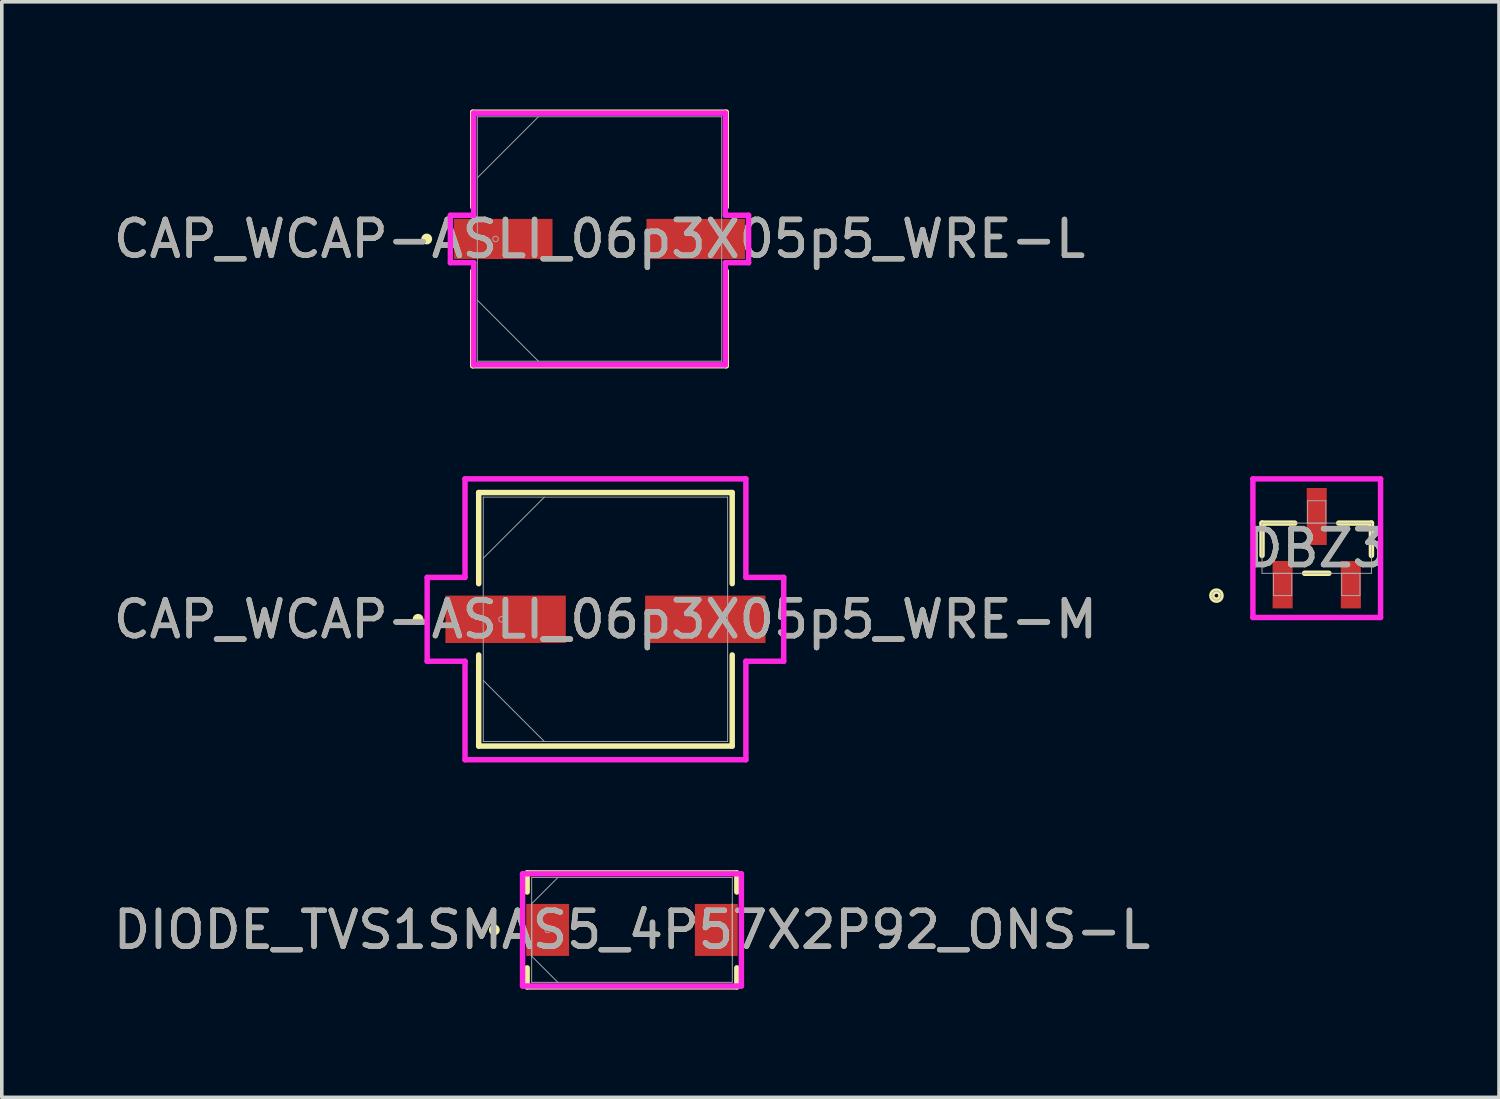
<source format=kicad_pcb>
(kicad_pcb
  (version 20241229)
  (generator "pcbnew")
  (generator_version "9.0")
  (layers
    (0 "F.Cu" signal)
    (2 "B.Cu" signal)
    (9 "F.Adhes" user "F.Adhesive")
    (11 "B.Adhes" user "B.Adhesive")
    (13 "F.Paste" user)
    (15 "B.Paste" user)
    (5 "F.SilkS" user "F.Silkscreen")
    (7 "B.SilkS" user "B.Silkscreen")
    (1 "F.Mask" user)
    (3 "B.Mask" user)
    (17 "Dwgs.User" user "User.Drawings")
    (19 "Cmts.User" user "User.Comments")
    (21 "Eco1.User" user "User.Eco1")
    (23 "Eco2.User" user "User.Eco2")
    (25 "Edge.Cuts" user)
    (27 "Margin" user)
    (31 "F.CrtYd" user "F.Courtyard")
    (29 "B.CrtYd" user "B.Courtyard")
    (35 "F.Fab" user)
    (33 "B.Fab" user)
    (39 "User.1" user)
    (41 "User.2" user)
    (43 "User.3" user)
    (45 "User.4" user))
  (footprint "CAP_WCAP-ASLI_06p3X05p5_WRE-L"
    (layer "F.Cu")
    (at 13.649 3.607)
    (property "Reference" "CAP_WCAP-ASLI_06p3X05p5_WRE-L" (at 0 0 0) (unlocked yes) (layer "F.SilkS") (effects (font (size 1 1) (thickness 0.15))))
    (attr smd)
    (fp_line (start -3.531 -3.531) (end -3.531 -0.892) (stroke (width 0.152) (type solid)) (layer "F.SilkS"))
    (fp_line (start -3.531 0.892) (end -3.531 3.531) (stroke (width 0.152) (type solid)) (layer "F.SilkS"))
    (fp_line (start -3.531 3.531) (end 3.531 3.531) (stroke (width 0.152) (type solid)) (layer "F.SilkS"))
    (fp_line (start 3.531 -3.531) (end -3.531 -3.531) (stroke (width 0.152) (type solid)) (layer "F.SilkS"))
    (fp_line (start 3.531 -0.892) (end 3.531 -3.531) (stroke (width 0.152) (type solid)) (layer "F.SilkS"))
    (fp_line (start 3.531 3.531) (end 3.531 0.892) (stroke (width 0.152) (type solid)) (layer "F.SilkS"))
    (fp_circle (center -4.813 0) (end -4.737 0) (stroke (width 0.152) (type solid)) (fill no) (layer "F.SilkS"))
    (fp_line (start -4.153 -0.66) (end -3.505 -0.66) (stroke (width 0.152) (type solid)) (layer "F.CrtYd"))
    (fp_line (start -4.153 0.66) (end -4.153 -0.66) (stroke (width 0.152) (type solid)) (layer "F.CrtYd"))
    (fp_line (start -3.505 -3.505) (end 3.505 -3.505) (stroke (width 0.152) (type solid)) (layer "F.CrtYd"))
    (fp_line (start -3.505 -0.66) (end -3.505 -3.505) (stroke (width 0.152) (type solid)) (layer "F.CrtYd"))
    (fp_line (start -3.505 0.66) (end -4.153 0.66) (stroke (width 0.152) (type solid)) (layer "F.CrtYd"))
    (fp_line (start -3.505 3.505) (end -3.505 0.66) (stroke (width 0.152) (type solid)) (layer "F.CrtYd"))
    (fp_line (start 3.505 -3.505) (end 3.505 -0.66) (stroke (width 0.152) (type solid)) (layer "F.CrtYd"))
    (fp_line (start 3.505 -0.66) (end 4.153 -0.66) (stroke (width 0.152) (type solid)) (layer "F.CrtYd"))
    (fp_line (start 3.505 0.66) (end 3.505 3.505) (stroke (width 0.152) (type solid)) (layer "F.CrtYd"))
    (fp_line (start 3.505 3.505) (end -3.505 3.505) (stroke (width 0.152) (type solid)) (layer "F.CrtYd"))
    (fp_line (start 4.153 -0.66) (end 4.153 0.66) (stroke (width 0.152) (type solid)) (layer "F.CrtYd"))
    (fp_line (start 4.153 0.66) (end 3.505 0.66) (stroke (width 0.152) (type solid)) (layer "F.CrtYd"))
    (fp_line (start -3.404 -3.404) (end -3.404 3.404) (stroke (width 0.025) (type solid)) (layer "F.Fab"))
    (fp_line (start -3.404 -1.702) (end -1.702 -3.404) (stroke (width 0.025) (type solid)) (layer "F.Fab"))
    (fp_line (start -3.404 1.702) (end -1.702 3.404) (stroke (width 0.025) (type solid)) (layer "F.Fab"))
    (fp_line (start -3.404 3.404) (end 3.404 3.404) (stroke (width 0.025) (type solid)) (layer "F.Fab"))
    (fp_line (start 3.404 -3.404) (end -3.404 -3.404) (stroke (width 0.025) (type solid)) (layer "F.Fab"))
    (fp_line (start 3.404 3.404) (end 3.404 -3.404) (stroke (width 0.025) (type solid)) (layer "F.Fab"))
    (fp_circle (center -2.896 0) (end -2.819 0) (stroke (width 0.025) (type solid)) (fill no) (layer "F.Fab"))
    (fp_text user "${REFERENCE}" (at 0 0 0) (unlocked yes) (layer "F.Fab") (effects (font (size 1 1) (thickness 0.15))))
    (pad "1" smd rect (at -2.68 0) (size 2.743 1.118) (layers "F.Cu" "F.Mask" "F.Paste"))
    (pad "2" smd rect (at 2.68 0) (size 2.743 1.118) (layers "F.Cu" "F.Mask" "F.Paste"))
    (zone (net_name "") (layer "F.Cu") (hatch full 0.508) (connect_pads) (min_thickness 0.254) (filled_areas_thickness no) (keepout (tracks not_allowed) (vias not_allowed) (pads allowed) (copperpour not_allowed) (footprints allowed)) (placement (enabled no)) (fill) (polygon (pts (xy 10.296 0.254) (xy 17.002 0.254) (xy 17.002 2.997) (xy 10.296 2.997))))
    (zone (net_name "") (layer "F.Cu") (hatch full 0.508) (connect_pads) (min_thickness 0.254) (filled_areas_thickness no) (keepout (tracks not_allowed) (vias not_allowed) (pads allowed) (copperpour not_allowed) (footprints allowed)) (placement (enabled no)) (fill) (polygon (pts (xy 10.296 4.216) (xy 17.002 4.216) (xy 17.002 6.96) (xy 10.296 6.96))))
    (zone (net_name "") (layer "F.Cu") (hatch full 0.508) (connect_pads) (min_thickness 0.254) (filled_areas_thickness no) (keepout (tracks not_allowed) (vias not_allowed) (pads allowed) (copperpour not_allowed) (footprints allowed)) (placement (enabled no)) (fill) (polygon (pts (xy 12.392 2.997) (xy 14.906 2.997) (xy 14.906 4.216) (xy 12.392 4.216)))))
  (footprint "DIODE_TVS1SMAS5_4P57X2P92_ONS-L"
    (layer "F.Cu")
    (at 14.554 22.853)
    (property "Reference" "DIODE_TVS1SMAS5_4P57X2P92_ONS-L" (at 0 0 0) (unlocked yes) (layer "F.SilkS") (effects (font (size 1 1) (thickness 0.15))))
    (attr smd)
    (fp_line (start -2.921 -1.587) (end -2.921 -1.057) (stroke (width 0.152) (type solid)) (layer "F.SilkS"))
    (fp_line (start -2.921 1.057) (end -2.921 1.587) (stroke (width 0.152) (type solid)) (layer "F.SilkS"))
    (fp_line (start -2.921 1.587) (end 2.921 1.587) (stroke (width 0.152) (type solid)) (layer "F.SilkS"))
    (fp_line (start 2.921 -1.587) (end -2.921 -1.587) (stroke (width 0.152) (type solid)) (layer "F.SilkS"))
    (fp_line (start 2.921 -1.057) (end 2.921 -1.587) (stroke (width 0.152) (type solid)) (layer "F.SilkS"))
    (fp_line (start 2.921 1.587) (end 2.921 1.057) (stroke (width 0.152) (type solid)) (layer "F.SilkS"))
    (fp_circle (center -3.835 0) (end -3.759 0) (stroke (width 0.152) (type solid)) (fill no) (layer "F.SilkS"))
    (fp_line (start -3.048 -1.562) (end 3.048 -1.562) (stroke (width 0.152) (type solid)) (layer "F.CrtYd"))
    (fp_line (start -3.048 1.562) (end -3.048 -1.562) (stroke (width 0.152) (type solid)) (layer "F.CrtYd"))
    (fp_line (start 3.048 -1.562) (end 3.048 1.562) (stroke (width 0.152) (type solid)) (layer "F.CrtYd"))
    (fp_line (start 3.048 1.562) (end -3.048 1.562) (stroke (width 0.152) (type solid)) (layer "F.CrtYd"))
    (fp_line (start -2.794 -1.46) (end -2.794 1.46) (stroke (width 0.025) (type solid)) (layer "F.Fab"))
    (fp_line (start -2.794 -0.73) (end -2.064 -1.46) (stroke (width 0.025) (type solid)) (layer "F.Fab"))
    (fp_line (start -2.794 -0.724) (end -2.794 -0.724) (stroke (width 0.025) (type solid)) (layer "F.Fab"))
    (fp_line (start -2.794 -0.724) (end -2.794 0.724) (stroke (width 0.025) (type solid)) (layer "F.Fab"))
    (fp_line (start -2.794 0.724) (end -2.794 -0.724) (stroke (width 0.025) (type solid)) (layer "F.Fab"))
    (fp_line (start -2.794 0.724) (end -2.794 0.724) (stroke (width 0.025) (type solid)) (layer "F.Fab"))
    (fp_line (start -2.794 0.73) (end -2.064 1.46) (stroke (width 0.025) (type solid)) (layer "F.Fab"))
    (fp_line (start -2.794 1.46) (end 2.794 1.46) (stroke (width 0.025) (type solid)) (layer "F.Fab"))
    (fp_line (start 2.794 -1.46) (end -2.794 -1.46) (stroke (width 0.025) (type solid)) (layer "F.Fab"))
    (fp_line (start 2.794 -0.724) (end 2.794 -0.724) (stroke (width 0.025) (type solid)) (layer "F.Fab"))
    (fp_line (start 2.794 -0.724) (end 2.794 0.724) (stroke (width 0.025) (type solid)) (layer "F.Fab"))
    (fp_line (start 2.794 0.724) (end 2.794 -0.724) (stroke (width 0.025) (type solid)) (layer "F.Fab"))
    (fp_line (start 2.794 0.724) (end 2.794 0.724) (stroke (width 0.025) (type solid)) (layer "F.Fab"))
    (fp_line (start 2.794 1.46) (end 2.794 -1.46) (stroke (width 0.025) (type solid)) (layer "F.Fab"))
    (fp_circle (center -2.349 0) (end -2.273 0) (stroke (width 0.025) (type solid)) (fill no) (layer "F.Fab"))
    (fp_text user "${REFERENCE}" (at 0 0 0) (unlocked yes) (layer "F.Fab") (effects (font (size 1 1) (thickness 0.15))))
    (pad "1" smd rect (at -2.349 0) (size 1.194 1.448) (layers "F.Cu" "F.Mask" "F.Paste"))
    (pad "2" smd rect (at 2.349 0) (size 1.194 1.448) (layers "F.Cu" "F.Mask" "F.Paste"))
    (zone (net_name "") (layer "F.Cu") (hatch full 0.508) (connect_pads) (min_thickness 0.254) (filled_areas_thickness no) (keepout (tracks not_allowed) (vias not_allowed) (pads allowed) (copperpour not_allowed) (footprints allowed)) (placement (enabled no)) (fill) (polygon (pts (xy 12.852 21.443) (xy 16.255 21.443) (xy 16.255 24.263) (xy 12.852 24.263)))))
  (footprint "CAP_WCAP-ASLI_06p3X05p5_WRE-M"
    (layer "F.Cu")
    (at 13.815 14.201)
    (property "Reference" "CAP_WCAP-ASLI_06p3X05p5_WRE-M" (at 0 0 0) (unlocked yes) (layer "F.SilkS") (effects (font (size 1 1) (thickness 0.15))))
    (attr smd)
    (fp_line (start -3.531 -3.531) (end -3.531 -0.993) (stroke (width 0.152) (type solid)) (layer "F.SilkS"))
    (fp_line (start -3.531 0.993) (end -3.531 3.531) (stroke (width 0.152) (type solid)) (layer "F.SilkS"))
    (fp_line (start -3.531 3.531) (end 3.531 3.531) (stroke (width 0.152) (type solid)) (layer "F.SilkS"))
    (fp_line (start 3.531 -3.531) (end -3.531 -3.531) (stroke (width 0.152) (type solid)) (layer "F.SilkS"))
    (fp_line (start 3.531 -0.993) (end 3.531 -3.531) (stroke (width 0.152) (type solid)) (layer "F.SilkS"))
    (fp_line (start 3.531 3.531) (end 3.531 0.993) (stroke (width 0.152) (type solid)) (layer "F.SilkS"))
    (fp_circle (center -5.22 0) (end -5.144 0) (stroke (width 0.152) (type solid)) (fill no) (layer "F.SilkS"))
    (fp_line (start -4.966 -1.168) (end -3.912 -1.168) (stroke (width 0.152) (type solid)) (layer "F.CrtYd"))
    (fp_line (start -4.966 1.168) (end -4.966 -1.168) (stroke (width 0.152) (type solid)) (layer "F.CrtYd"))
    (fp_line (start -3.912 -3.912) (end 3.912 -3.912) (stroke (width 0.152) (type solid)) (layer "F.CrtYd"))
    (fp_line (start -3.912 -1.168) (end -3.912 -3.912) (stroke (width 0.152) (type solid)) (layer "F.CrtYd"))
    (fp_line (start -3.912 1.168) (end -4.966 1.168) (stroke (width 0.152) (type solid)) (layer "F.CrtYd"))
    (fp_line (start -3.912 3.912) (end -3.912 1.168) (stroke (width 0.152) (type solid)) (layer "F.CrtYd"))
    (fp_line (start 3.912 -3.912) (end 3.912 -1.168) (stroke (width 0.152) (type solid)) (layer "F.CrtYd"))
    (fp_line (start 3.912 -1.168) (end 4.966 -1.168) (stroke (width 0.152) (type solid)) (layer "F.CrtYd"))
    (fp_line (start 3.912 1.168) (end 3.912 3.912) (stroke (width 0.152) (type solid)) (layer "F.CrtYd"))
    (fp_line (start 3.912 3.912) (end -3.912 3.912) (stroke (width 0.152) (type solid)) (layer "F.CrtYd"))
    (fp_line (start 4.966 -1.168) (end 4.966 1.168) (stroke (width 0.152) (type solid)) (layer "F.CrtYd"))
    (fp_line (start 4.966 1.168) (end 3.912 1.168) (stroke (width 0.152) (type solid)) (layer "F.CrtYd"))
    (fp_line (start -3.404 -3.404) (end -3.404 3.404) (stroke (width 0.025) (type solid)) (layer "F.Fab"))
    (fp_line (start -3.404 -1.702) (end -1.702 -3.404) (stroke (width 0.025) (type solid)) (layer "F.Fab"))
    (fp_line (start -3.404 1.702) (end -1.702 3.404) (stroke (width 0.025) (type solid)) (layer "F.Fab"))
    (fp_line (start -3.404 3.404) (end 3.404 3.404) (stroke (width 0.025) (type solid)) (layer "F.Fab"))
    (fp_line (start 3.404 -3.404) (end -3.404 -3.404) (stroke (width 0.025) (type solid)) (layer "F.Fab"))
    (fp_line (start 3.404 3.404) (end 3.404 -3.404) (stroke (width 0.025) (type solid)) (layer "F.Fab"))
    (fp_circle (center -2.896 0) (end -2.819 0) (stroke (width 0.025) (type solid)) (fill no) (layer "F.Fab"))
    (fp_text user "${REFERENCE}" (at 0 0 0) (unlocked yes) (layer "F.Fab") (effects (font (size 1 1) (thickness 0.15))))
    (pad "1" smd rect (at -2.781 0) (size 3.353 1.321) (layers "F.Cu" "F.Mask" "F.Paste"))
    (pad "2" smd rect (at 2.781 0) (size 3.353 1.321) (layers "F.Cu" "F.Mask" "F.Paste"))
    (zone (net_name "") (layer "F.Cu") (hatch full 0.508) (connect_pads) (min_thickness 0.254) (filled_areas_thickness no) (keepout (tracks not_allowed) (vias not_allowed) (pads allowed) (copperpour not_allowed) (footprints allowed)) (placement (enabled no)) (fill) (polygon (pts (xy 10.463 10.849) (xy 17.168 10.849) (xy 17.168 13.49) (xy 10.463 13.49))))
    (zone (net_name "") (layer "F.Cu") (hatch full 0.508) (connect_pads) (min_thickness 0.254) (filled_areas_thickness no) (keepout (tracks not_allowed) (vias not_allowed) (pads allowed) (copperpour not_allowed) (footprints allowed)) (placement (enabled no)) (fill) (polygon (pts (xy 10.463 14.913) (xy 17.168 14.913) (xy 17.168 17.554) (xy 10.463 17.554))))
    (zone (net_name "") (layer "F.Cu") (hatch full 0.508) (connect_pads) (min_thickness 0.254) (filled_areas_thickness no) (keepout (tracks not_allowed) (vias not_allowed) (pads allowed) (copperpour not_allowed) (footprints allowed)) (placement (enabled no)) (fill) (polygon (pts (xy 12.761 13.49) (xy 14.87 13.49) (xy 14.87 14.913) (xy 12.761 14.913)))))
  (footprint "DBZ3"
    (layer "F.Cu")
    (at 33.628 12.22)
    (property "Reference" "DBZ3" (at 0 0 0) (unlocked yes) (layer "F.SilkS") (effects (font (size 1 1) (thickness 0.15))))
    (attr smd)
    (fp_line (start -1.524 -0.699) (end -1.524 0.201) (stroke (width 0.152) (type solid)) (layer "F.SilkS"))
    (fp_line (start -0.612 -0.699) (end -1.524 -0.699) (stroke (width 0.152) (type solid)) (layer "F.SilkS"))
    (fp_line (start -0.338 0.699) (end 0.338 0.699) (stroke (width 0.152) (type solid)) (layer "F.SilkS"))
    (fp_line (start 1.524 -0.699) (end 0.612 -0.699) (stroke (width 0.152) (type solid)) (layer "F.SilkS"))
    (fp_line (start 1.524 0.201) (end 1.524 -0.699) (stroke (width 0.152) (type solid)) (layer "F.SilkS"))
    (fp_circle (center -2.794 1.321) (end -2.667 1.321) (stroke (width 0.152) (type solid)) (fill no) (layer "F.SilkS"))
    (fp_line (start -1.778 -1.93) (end 1.778 -1.93) (stroke (width 0.152) (type solid)) (layer "F.CrtYd"))
    (fp_line (start -1.778 1.93) (end -1.778 -1.93) (stroke (width 0.152) (type solid)) (layer "F.CrtYd"))
    (fp_line (start 1.778 -1.93) (end 1.778 1.93) (stroke (width 0.152) (type solid)) (layer "F.CrtYd"))
    (fp_line (start 1.778 1.93) (end -1.778 1.93) (stroke (width 0.152) (type solid)) (layer "F.CrtYd"))
    (fp_line (start -1.524 -0.699) (end -1.524 0.699) (stroke (width 0.025) (type solid)) (layer "F.Fab"))
    (fp_line (start -1.524 0.699) (end 1.524 0.699) (stroke (width 0.025) (type solid)) (layer "F.Fab"))
    (fp_line (start -1.204 0.699) (end -1.204 1.321) (stroke (width 0.025) (type solid)) (layer "F.Fab"))
    (fp_line (start -1.204 1.321) (end -0.696 1.321) (stroke (width 0.025) (type solid)) (layer "F.Fab"))
    (fp_line (start -0.696 0.699) (end -1.204 0.699) (stroke (width 0.025) (type solid)) (layer "F.Fab"))
    (fp_line (start -0.696 1.321) (end -0.696 0.699) (stroke (width 0.025) (type solid)) (layer "F.Fab"))
    (fp_line (start -0.254 -1.321) (end -0.254 -0.699) (stroke (width 0.025) (type solid)) (layer "F.Fab"))
    (fp_line (start -0.254 -0.699) (end 0.254 -0.699) (stroke (width 0.025) (type solid)) (layer "F.Fab"))
    (fp_line (start 0.254 -1.321) (end -0.254 -1.321) (stroke (width 0.025) (type solid)) (layer "F.Fab"))
    (fp_line (start 0.254 -0.699) (end 0.254 -1.321) (stroke (width 0.025) (type solid)) (layer "F.Fab"))
    (fp_line (start 0.696 0.699) (end 0.696 1.321) (stroke (width 0.025) (type solid)) (layer "F.Fab"))
    (fp_line (start 0.696 1.321) (end 1.204 1.321) (stroke (width 0.025) (type solid)) (layer "F.Fab"))
    (fp_line (start 1.204 0.699) (end 0.696 0.699) (stroke (width 0.025) (type solid)) (layer "F.Fab"))
    (fp_line (start 1.204 1.321) (end 1.204 0.699) (stroke (width 0.025) (type solid)) (layer "F.Fab"))
    (fp_line (start 1.524 -0.699) (end -1.524 -0.699) (stroke (width 0.025) (type solid)) (layer "F.Fab"))
    (fp_line (start 1.524 0.699) (end 1.524 -0.699) (stroke (width 0.025) (type solid)) (layer "F.Fab"))
    (fp_circle (center -2.794 1.321) (end -2.667 1.321) (stroke (width 0.025) (type solid)) (fill no) (layer "F.Fab"))
    (fp_text user "${REFERENCE}" (at 0 0 0) (unlocked yes) (layer "F.Fab") (effects (font (size 1 1) (thickness 0.15))))
    (pad "1" smd rect (at -0.95 1.016) (size 0.559 1.321) (layers "F.Cu" "F.Mask" "F.Paste"))
    (pad "2" smd rect (at 0.95 1.016) (size 0.559 1.321) (layers "F.Cu" "F.Mask" "F.Paste"))
    (pad "3" smd rect (at 0 -0.883) (size 0.559 1.587) (layers "F.Cu" "F.Mask" "F.Paste")))
  (gr_rect
    (start -3 -3)
    (end 38.706 27.517)
    (stroke (width 0.1) (type default))
    (fill no)
    (layer "Edge.Cuts")))
</source>
